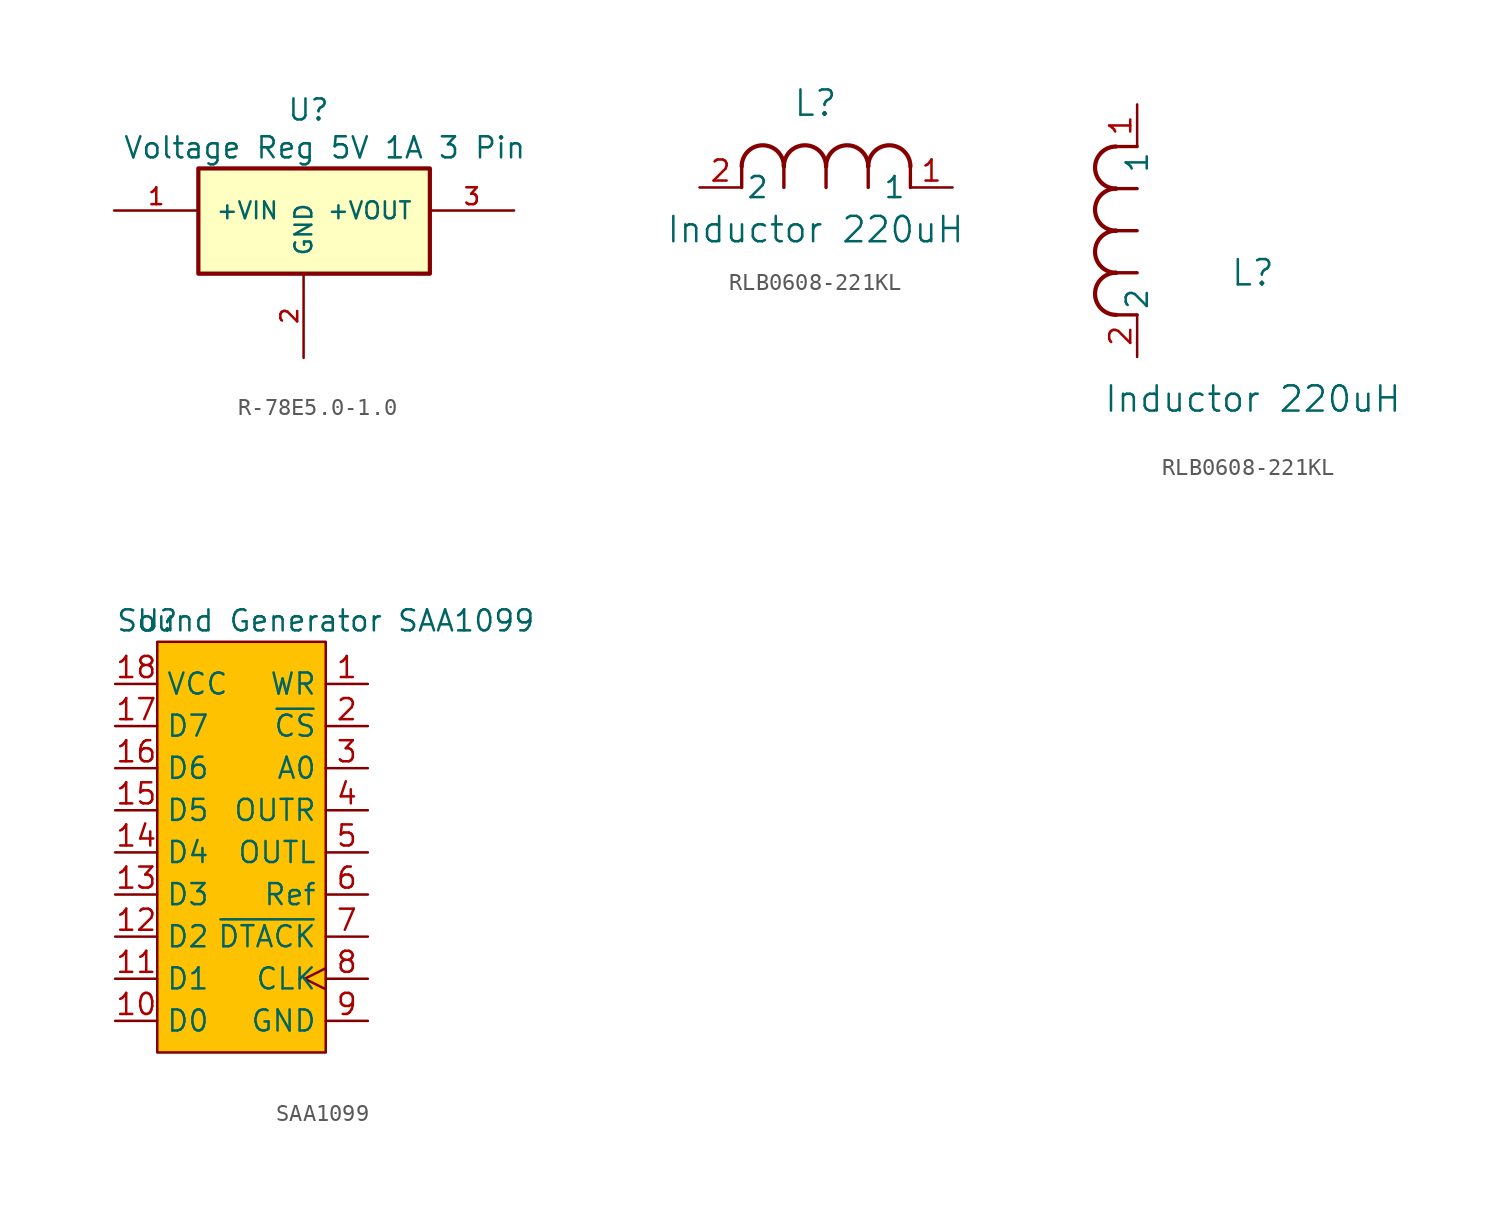
<source format=kicad_sym>
(kicad_symbol_lib
  (version 20241209)
  (generator "kicad_symbol_editor")
  (generator_version "9.0")
  (symbol "R-78E5.0-1.0"
    (pin_names
      (offset 1.016))
    (property "Reference" "U"
      (at -4.826 7.874 0)
      (effects (font (size 1.27 1.27)) (justify left bottom)))
    (property "Value" "Voltage Reg 5V 1A 3 Pin"
      (at -14.732 5.588 0)
      (effects (font (size 1.27 1.27)) (justify left bottom)))
    (symbol "R-78E5.0-1.0_0_0"
      (rectangle (start -10.16 5.08) (end 3.81 -1.27) (stroke (width 0.254) (type default)) (fill (type background)))
      (pin input line (at -15.24 2.54 0) (length 5.08) (name "+VIN" (effects (font (size 1.016 1.016)))) (number "1" (effects (font (size 1.016 1.016)))))
      (pin power_in line (at -3.81 -6.35 90) (length 5.08) (name "GND" (effects (font (size 1.016 1.016)))) (number "2" (effects (font (size 1.016 1.016)))))
      (pin output line (at 8.89 2.54 180) (length 5.08) (name "+VOUT" (effects (font (size 1.016 1.016)))) (number "3" (effects (font (size 1.016 1.016)))))))
  (symbol "RLB0608-221KL"
    (pin_names
      (offset 0.254))
    (property "Reference" "L"
      (at 6.985 5.08 0)
      (effects (font (size 1.524 1.524))))
    (property "Value" "Inductor 220uH"
      (at 6.985 -2.54 0)
      (effects (font (size 1.524 1.524))))
    (symbol "RLB0608-221KL_1_1"
      (polyline (pts (xy 2.54 0) (xy 2.54 1.27)) (stroke (width 0.203) (type default)) (fill (type none)))
      (arc (start 2.54 1.27) (mid 3.81 2.5344) (end 5.08 1.27) (stroke (width 0.254) (type default)) (fill (type none)))
      (polyline (pts (xy 5.08 0) (xy 5.08 1.27)) (stroke (width 0.203) (type default)) (fill (type none)))
      (arc (start 5.08 1.27) (mid 6.35 2.5344) (end 7.62 1.27) (stroke (width 0.254) (type default)) (fill (type none)))
      (polyline (pts (xy 7.62 0) (xy 7.62 1.27)) (stroke (width 0.203) (type default)) (fill (type none)))
      (arc (start 7.62 1.27) (mid 8.89 2.5344) (end 10.16 1.27) (stroke (width 0.254) (type default)) (fill (type none)))
      (polyline (pts (xy 10.16 0) (xy 10.16 1.27)) (stroke (width 0.203) (type default)) (fill (type none)))
      (arc (start 10.16 1.27) (mid 11.43 2.5344) (end 12.7 1.27) (stroke (width 0.254) (type default)) (fill (type none)))
      (polyline (pts (xy 12.7 0) (xy 12.7 1.27)) (stroke (width 0.203) (type default)) (fill (type none)))
      (pin unspecified line (at 0 0 0) (length 2.54) (name "2" (effects (font (size 1.27 1.27)))) (number "2" (effects (font (size 1.27 1.27)))))
      (pin unspecified line (at 15.24 0 180) (length 2.54) (name "1" (effects (font (size 1.27 1.27)))) (number "1" (effects (font (size 1.27 1.27))))))
    (symbol "RLB0608-221KL_1_2"
      (arc (start -1.27 10.16) (mid -2.5344 11.43) (end -1.27 12.7) (stroke (width 0.254) (type default)) (fill (type none)))
      (arc (start -1.27 7.62) (mid -2.5344 8.89) (end -1.27 10.16) (stroke (width 0.254) (type default)) (fill (type none)))
      (arc (start -1.27 5.08) (mid -2.5344 6.35) (end -1.27 7.62) (stroke (width 0.254) (type default)) (fill (type none)))
      (arc (start -1.27 2.54) (mid -2.5344 3.81) (end -1.27 5.08) (stroke (width 0.254) (type default)) (fill (type none)))
      (polyline (pts (xy 0 12.7) (xy -1.27 12.7)) (stroke (width 0.203) (type default)) (fill (type none)))
      (polyline (pts (xy 0 10.16) (xy -1.27 10.16)) (stroke (width 0.203) (type default)) (fill (type none)))
      (polyline (pts (xy 0 7.62) (xy -1.27 7.62)) (stroke (width 0.203) (type default)) (fill (type none)))
      (polyline (pts (xy 0 5.08) (xy -1.27 5.08)) (stroke (width 0.203) (type default)) (fill (type none)))
      (polyline (pts (xy 0 2.54) (xy -1.27 2.54)) (stroke (width 0.203) (type default)) (fill (type none)))
      (pin unspecified line (at 0 15.24 270) (length 2.54) (name "1" (effects (font (size 1.27 1.27)))) (number "1" (effects (font (size 1.27 1.27)))))
      (pin unspecified line (at 0 0 90) (length 2.54) (name "2" (effects (font (size 1.27 1.27)))) (number "2" (effects (font (size 1.27 1.27)))))))
  (symbol "SAA1099"
    (property "Reference" "U"
      (at -5.08 19.05 0)
      (effects (font (size 1.27 1.27))))
    (property "Value" "Sound Generator SAA1099"
      (at 5.08 19.05 0)
      (effects (font (size 1.27 1.27))))
    (symbol "SAA1099_0_1"
      (rectangle (start -5.08 17.78) (end 5.08 -6.985) (stroke (width 0) (type default)) (fill (type color) (color 255 194 1 1))))
    (symbol "SAA1099_1_1"
      (pin unspecified line (at -7.62 15.24 0) (length 2.54) (name "VCC" (effects (font (size 1.27 1.27)))) (number "18" (effects (font (size 1.27 1.27)))))
      (pin unspecified line (at -7.62 12.7 0) (length 2.54) (name "D7" (effects (font (size 1.27 1.27)))) (number "17" (effects (font (size 1.27 1.27)))))
      (pin unspecified line (at -7.62 10.16 0) (length 2.54) (name "D6" (effects (font (size 1.27 1.27)))) (number "16" (effects (font (size 1.27 1.27)))))
      (pin unspecified line (at -7.62 7.62 0) (length 2.54) (name "D5" (effects (font (size 1.27 1.27)))) (number "15" (effects (font (size 1.27 1.27)))))
      (pin unspecified line (at -7.62 5.08 0) (length 2.54) (name "D4" (effects (font (size 1.27 1.27)))) (number "14" (effects (font (size 1.27 1.27)))))
      (pin unspecified line (at -7.62 2.54 0) (length 2.54) (name "D3" (effects (font (size 1.27 1.27)))) (number "13" (effects (font (size 1.27 1.27)))))
      (pin unspecified line (at -7.62 0 0) (length 2.54) (name "D2" (effects (font (size 1.27 1.27)))) (number "12" (effects (font (size 1.27 1.27)))))
      (pin unspecified line (at -7.62 -2.54 0) (length 2.54) (name "D1" (effects (font (size 1.27 1.27)))) (number "11" (effects (font (size 1.27 1.27)))))
      (pin unspecified line (at -7.62 -5.08 0) (length 2.54) (name "D0" (effects (font (size 1.27 1.27)))) (number "10" (effects (font (size 1.27 1.27)))))
      (pin unspecified line (at 7.62 15.24 180) (length 2.54) (name "WR" (effects (font (size 1.27 1.27)))) (number "1" (effects (font (size 1.27 1.27)))))
      (pin unspecified line (at 7.62 12.7 180) (length 2.54) (name "~{CS}" (effects (font (size 1.27 1.27)))) (number "2" (effects (font (size 1.27 1.27)))))
      (pin unspecified line (at 7.62 10.16 180) (length 2.54) (name "A0" (effects (font (size 1.27 1.27)))) (number "3" (effects (font (size 1.27 1.27)))))
      (pin unspecified line (at 7.62 7.62 180) (length 2.54) (name "OUTR" (effects (font (size 1.27 1.27)))) (number "4" (effects (font (size 1.27 1.27)))))
      (pin unspecified line (at 7.62 5.08 180) (length 2.54) (name "OUTL" (effects (font (size 1.27 1.27)))) (number "5" (effects (font (size 1.27 1.27)))))
      (pin unspecified line (at 7.62 2.54 180) (length 2.54) (name "Ref" (effects (font (size 1.27 1.27)))) (number "6" (effects (font (size 1.27 1.27)))))
      (pin unspecified line (at 7.62 0 180) (length 2.54) (name "~{DTACK}" (effects (font (size 1.27 1.27)))) (number "7" (effects (font (size 1.27 1.27)))))
      (pin unspecified clock (at 7.62 -2.54 180) (length 2.54) (name "CLK" (effects (font (size 1.27 1.27)))) (number "8" (effects (font (size 1.27 1.27)))))
      (pin unspecified line (at 7.62 -5.08 180) (length 2.54) (name "GND" (effects (font (size 1.27 1.27)))) (number "9" (effects (font (size 1.27 1.27))))))))
</source>
